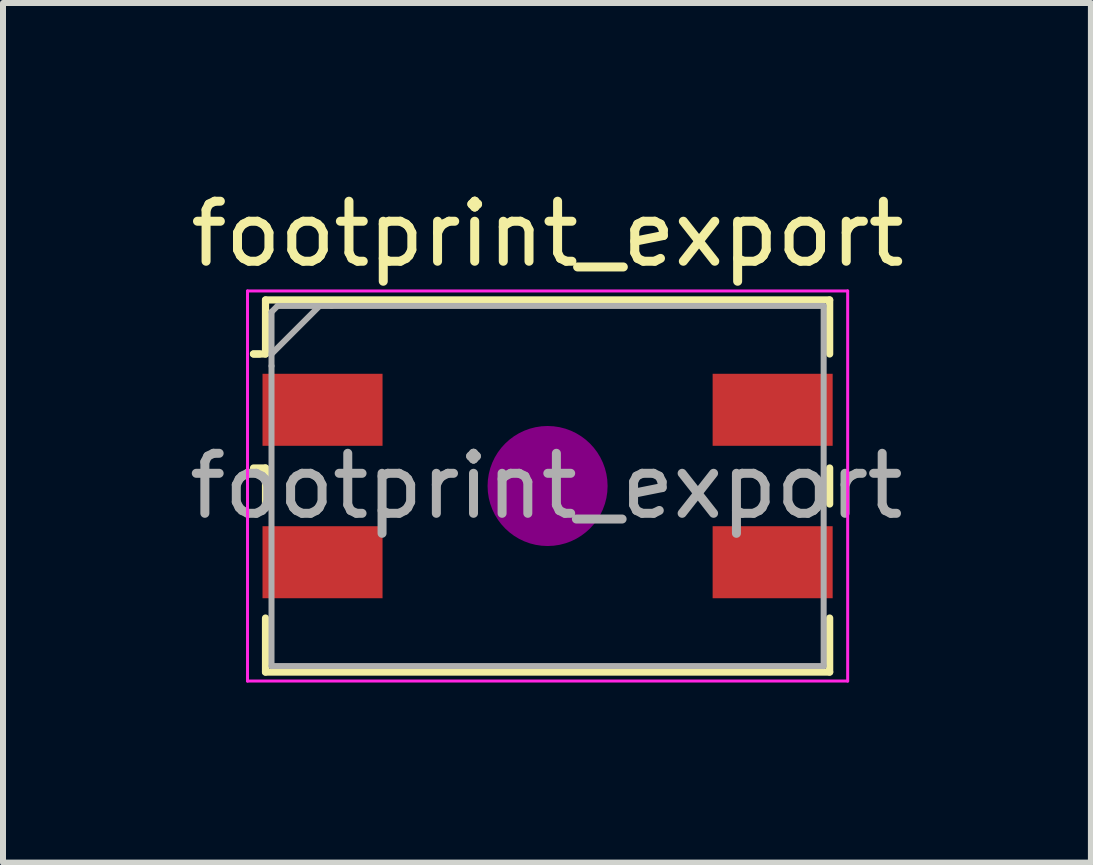
<source format=kicad_pcb>
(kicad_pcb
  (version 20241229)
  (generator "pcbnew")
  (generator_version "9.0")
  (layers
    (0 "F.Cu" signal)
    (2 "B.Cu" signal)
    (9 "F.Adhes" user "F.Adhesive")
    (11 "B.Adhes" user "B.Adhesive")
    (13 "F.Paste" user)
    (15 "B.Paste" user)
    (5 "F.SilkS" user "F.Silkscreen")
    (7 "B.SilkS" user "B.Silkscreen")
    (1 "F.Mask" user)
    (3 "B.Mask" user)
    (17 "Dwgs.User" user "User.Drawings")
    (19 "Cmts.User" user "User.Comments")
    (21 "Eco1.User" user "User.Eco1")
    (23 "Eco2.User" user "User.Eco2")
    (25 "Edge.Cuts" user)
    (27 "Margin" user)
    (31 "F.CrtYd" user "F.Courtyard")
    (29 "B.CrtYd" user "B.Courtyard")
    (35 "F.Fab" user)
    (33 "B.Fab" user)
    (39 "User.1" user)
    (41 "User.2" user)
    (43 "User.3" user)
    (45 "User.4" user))
  (footprint "footprint_export"
    (layer "F.Cu")
    (at 6.074 5.048)
    (property "Reference" "footprint_export" (at 0 -4.2 0) (layer "F.SilkS") (effects (font (size 1 1) (thickness 0.15))))
    (attr smd)
    (fp_line (start -4.9 -2.2) (end -4.8 -2.2) (stroke (width 0.12) (type solid)) (layer "F.SilkS"))
    (fp_line (start -4.9 -0.3) (end -4.7 -0.3) (stroke (width 0.12) (type solid)) (layer "F.SilkS"))
    (fp_line (start -4.7 -3.1) (end -4.7 -2.2) (stroke (width 0.12) (type solid)) (layer "F.SilkS"))
    (fp_line (start -4.7 -3.1) (end 4.7 -3.1) (stroke (width 0.12) (type solid)) (layer "F.SilkS"))
    (fp_line (start -4.7 -2.2) (end -4.9 -2.2) (stroke (width 0.12) (type solid)) (layer "F.SilkS"))
    (fp_line (start -4.7 -0.3) (end -4.7 0.3) (stroke (width 0.12) (type solid)) (layer "F.SilkS"))
    (fp_line (start -4.7 3.1) (end -4.7 2.2) (stroke (width 0.12) (type solid)) (layer "F.SilkS"))
    (fp_line (start 4.7 -3.1) (end 4.7 -2.2) (stroke (width 0.12) (type solid)) (layer "F.SilkS"))
    (fp_line (start 4.7 -0.3) (end 4.7 0.3) (stroke (width 0.12) (type solid)) (layer "F.SilkS"))
    (fp_line (start 4.7 3.1) (end -4.7 3.1) (stroke (width 0.12) (type solid)) (layer "F.SilkS"))
    (fp_line (start 4.7 3.1) (end 4.7 2.2) (stroke (width 0.12) (type solid)) (layer "F.SilkS"))
    (fp_circle (center 0 0) (end 0.5 0) (stroke (width 1) (type solid)) (fill no) (layer "F.Adhes"))
    (fp_line (start -5 -3.25) (end 5 -3.25) (stroke (width 0.05) (type solid)) (layer "F.CrtYd"))
    (fp_line (start -5 3.25) (end -5 -3.25) (stroke (width 0.05) (type solid)) (layer "F.CrtYd"))
    (fp_line (start 5 -3.25) (end 5 3.25) (stroke (width 0.05) (type solid)) (layer "F.CrtYd"))
    (fp_line (start 5 3.25) (end -5 3.25) (stroke (width 0.05) (type solid)) (layer "F.CrtYd"))
    (fp_line (start -4.6 -2.9) (end -4.5 -3) (stroke (width 0.1) (type solid)) (layer "F.Fab"))
    (fp_line (start -4.6 -2.2) (end -3.8 -3) (stroke (width 0.1) (type solid)) (layer "F.Fab"))
    (fp_line (start -4.6 -2) (end -4.6 -2.9) (stroke (width 0.1) (type solid)) (layer "F.Fab"))
    (fp_line (start -4.6 -2) (end -4.6 3) (stroke (width 0.1) (type solid)) (layer "F.Fab"))
    (fp_line (start -4.5 -3) (end -3.6 -3) (stroke (width 0.1) (type solid)) (layer "F.Fab"))
    (fp_line (start -3.6 -3) (end 4.6 -3) (stroke (width 0.1) (type solid)) (layer "F.Fab"))
    (fp_line (start 4.6 -3) (end 4.6 3) (stroke (width 0.1) (type solid)) (layer "F.Fab"))
    (fp_line (start 4.6 3) (end -4.6 3) (stroke (width 0.1) (type solid)) (layer "F.Fab"))
    (fp_text user "${REFERENCE}" (at -0.02 0 0) (layer "F.Fab") (effects (font (size 1 1) (thickness 0.15))))
    (pad "1" smd rect (at -3.75 -1.27) (size 2 1.2) (layers "F.Cu" "F.Mask" "F.Paste"))
    (pad "2" smd rect (at -3.75 1.27) (size 2 1.2) (layers "F.Cu" "F.Mask" "F.Paste"))
    (pad "3" smd rect (at 3.75 1.27) (size 2 1.2) (layers "F.Cu" "F.Mask" "F.Paste"))
    (pad "4" smd rect (at 3.75 -1.27) (size 2 1.2) (layers "F.Cu" "F.Mask" "F.Paste")))
  (gr_rect
    (start -3 -3)
    (end 15.127 11.323)
    (stroke (width 0.1) (type default))
    (fill no)
    (layer "Edge.Cuts")))
</source>
